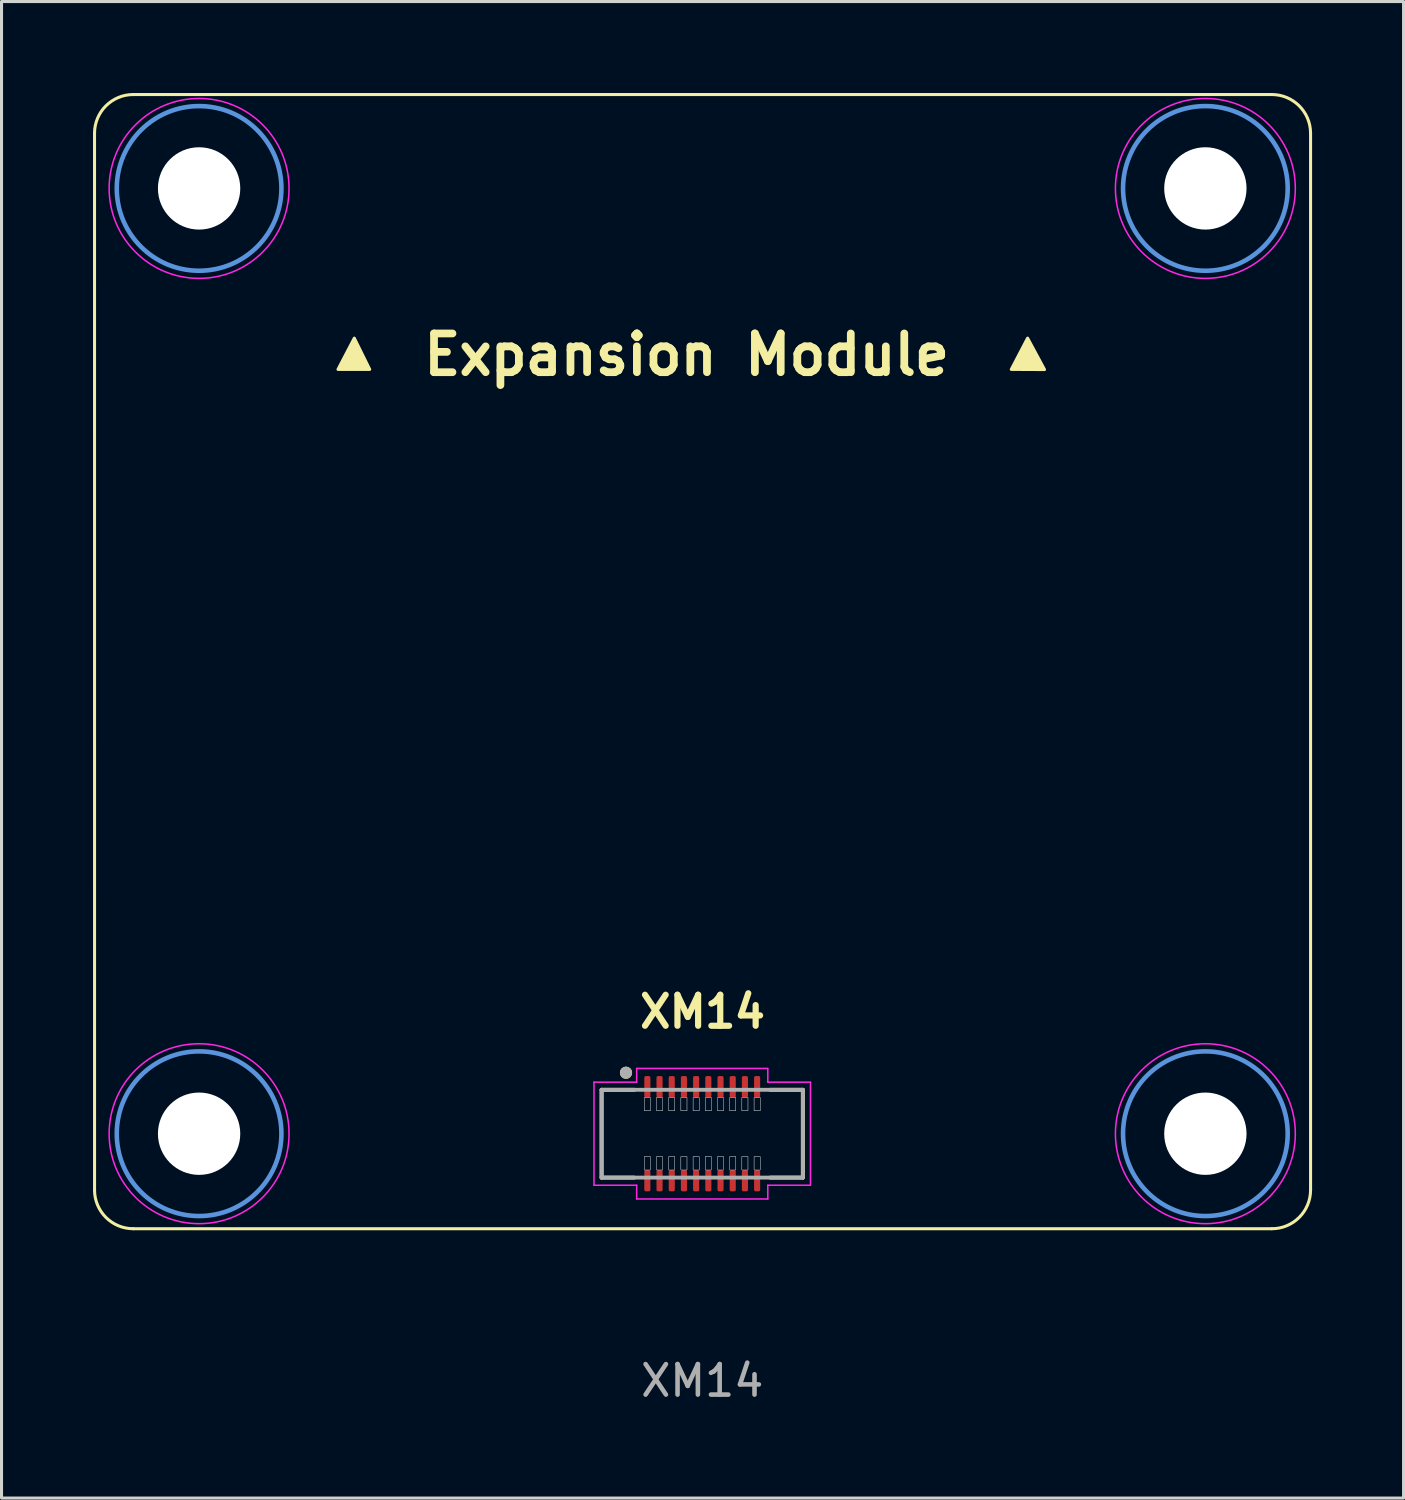
<source format=kicad_pcb>
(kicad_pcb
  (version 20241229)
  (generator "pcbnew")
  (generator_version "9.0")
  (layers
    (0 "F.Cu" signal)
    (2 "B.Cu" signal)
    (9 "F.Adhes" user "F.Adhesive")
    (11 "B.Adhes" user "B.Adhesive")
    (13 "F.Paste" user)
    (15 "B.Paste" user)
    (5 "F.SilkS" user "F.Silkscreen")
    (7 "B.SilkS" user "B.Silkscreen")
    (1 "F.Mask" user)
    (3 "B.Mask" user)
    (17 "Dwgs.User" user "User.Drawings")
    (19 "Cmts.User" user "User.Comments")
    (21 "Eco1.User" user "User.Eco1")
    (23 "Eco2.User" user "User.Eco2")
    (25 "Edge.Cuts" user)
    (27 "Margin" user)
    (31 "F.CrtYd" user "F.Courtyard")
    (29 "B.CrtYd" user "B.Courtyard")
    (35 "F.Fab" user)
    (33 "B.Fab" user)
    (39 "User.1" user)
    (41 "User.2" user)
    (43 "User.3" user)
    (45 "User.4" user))
  (footprint "XM14"
    (layer "F.Cu")
    (at 19.979 34.129)
    (property "Reference" "XM14" (at 0.01 -4 0) (unlocked yes) (layer "F.SilkS") (effects (font (size 1.016 1.016) (thickness 0.203) (bold yes))))
    (attr smd)
    (fp_line (start -19.928 1.846) (end -19.929 -32.809) (stroke (width 0.1) (type default)) (layer "F.SilkS"))
    (fp_line (start -18.659 -34.079) (end 18.68 -34.079) (stroke (width 0.1) (type default)) (layer "F.SilkS"))
    (fp_line (start -3.3 -1.44) (end -3.3 1.44) (stroke (width 0.127) (type solid)) (layer "F.SilkS"))
    (fp_line (start -3.3 1.44) (end -2.23 1.44) (stroke (width 0.127) (type solid)) (layer "F.SilkS"))
    (fp_line (start -2.23 -1.44) (end -3.3 -1.44) (stroke (width 0.127) (type solid)) (layer "F.SilkS"))
    (fp_line (start 2.23 -1.44) (end 3.3 -1.44) (stroke (width 0.127) (type solid)) (layer "F.SilkS"))
    (fp_line (start 3.3 -1.44) (end 3.3 1.44) (stroke (width 0.127) (type solid)) (layer "F.SilkS"))
    (fp_line (start 3.3 1.44) (end 2.23 1.44) (stroke (width 0.127) (type solid)) (layer "F.SilkS"))
    (fp_line (start 18.68 3.116) (end -18.658 3.116) (stroke (width 0.1) (type default)) (layer "F.SilkS"))
    (fp_line (start 19.95 -32.809) (end 19.95 1.846) (stroke (width 0.1) (type default)) (layer "F.SilkS"))
    (fp_arc (start -19.928971 -32.808532) (mid -19.556997 -33.706558) (end -18.658971 -34.078532) (stroke (width 0.1) (type default)) (layer "F.SilkS"))
    (fp_arc (start -18.658472 3.115818) (mid -19.556498 2.743844) (end -19.928472 1.845818) (stroke (width 0.1) (type default)) (layer "F.SilkS"))
    (fp_arc (start 18.679528 -34.078515) (mid 19.577561 -33.706547) (end 19.949528 -32.808515) (stroke (width 0.1) (type default)) (layer "F.SilkS"))
    (fp_arc (start 19.949528 1.845818) (mid 19.577546 2.743824) (end 18.679528 3.115818) (stroke (width 0.1) (type default)) (layer "F.SilkS"))
    (fp_circle (center -2.5 -2) (end -2.4 -2) (stroke (width 0.2) (type solid)) (fill no) (layer "F.SilkS"))
    (fp_poly (pts (xy -11.945 -25.065) (xy -11.41 -26.09) (xy -10.905 -25.065)) (stroke (width 0.1) (type solid)) (fill yes) (layer "F.SilkS"))
    (fp_poly (pts (xy 10.135 -25.065) (xy 10.67 -26.09) (xy 11.225 -25.06)) (stroke (width 0.1) (type solid)) (fill yes) (layer "F.SilkS"))
    (fp_poly (pts (xy -1.9 -1.19) (xy -1.7 -1.19) (xy -1.7 -0.75) (xy -1.9 -0.75)) (stroke (width 0.01) (type solid)) (fill no) (layer "Dwgs.User"))
    (fp_poly (pts (xy -1.9 -1.19) (xy -1.7 -1.19) (xy -1.7 -0.75) (xy -1.9 -0.75)) (stroke (width 0.01) (type solid)) (fill no) (layer "Dwgs.User"))
    (fp_poly (pts (xy -1.9 0.75) (xy -1.7 0.75) (xy -1.7 1.19) (xy -1.9 1.19)) (stroke (width 0.01) (type solid)) (fill no) (layer "Dwgs.User"))
    (fp_poly (pts (xy -1.9 0.75) (xy -1.7 0.75) (xy -1.7 1.19) (xy -1.9 1.19)) (stroke (width 0.01) (type solid)) (fill no) (layer "Dwgs.User"))
    (fp_poly (pts (xy -1.5 -1.19) (xy -1.3 -1.19) (xy -1.3 -0.75) (xy -1.5 -0.75)) (stroke (width 0.01) (type solid)) (fill no) (layer "Dwgs.User"))
    (fp_poly (pts (xy -1.5 -1.19) (xy -1.3 -1.19) (xy -1.3 -0.75) (xy -1.5 -0.75)) (stroke (width 0.01) (type solid)) (fill no) (layer "Dwgs.User"))
    (fp_poly (pts (xy -1.5 0.75) (xy -1.3 0.75) (xy -1.3 1.19) (xy -1.5 1.19)) (stroke (width 0.01) (type solid)) (fill no) (layer "Dwgs.User"))
    (fp_poly (pts (xy -1.5 0.75) (xy -1.3 0.75) (xy -1.3 1.19) (xy -1.5 1.19)) (stroke (width 0.01) (type solid)) (fill no) (layer "Dwgs.User"))
    (fp_poly (pts (xy -1.1 -1.19) (xy -0.9 -1.19) (xy -0.9 -0.75) (xy -1.1 -0.75)) (stroke (width 0.01) (type solid)) (fill no) (layer "Dwgs.User"))
    (fp_poly (pts (xy -1.1 -1.19) (xy -0.9 -1.19) (xy -0.9 -0.75) (xy -1.1 -0.75)) (stroke (width 0.01) (type solid)) (fill no) (layer "Dwgs.User"))
    (fp_poly (pts (xy -1.1 0.75) (xy -0.9 0.75) (xy -0.9 1.19) (xy -1.1 1.19)) (stroke (width 0.01) (type solid)) (fill no) (layer "Dwgs.User"))
    (fp_poly (pts (xy -1.1 0.75) (xy -0.9 0.75) (xy -0.9 1.19) (xy -1.1 1.19)) (stroke (width 0.01) (type solid)) (fill no) (layer "Dwgs.User"))
    (fp_poly (pts (xy -0.7 -1.19) (xy -0.5 -1.19) (xy -0.5 -0.75) (xy -0.7 -0.75)) (stroke (width 0.01) (type solid)) (fill no) (layer "Dwgs.User"))
    (fp_poly (pts (xy -0.7 -1.19) (xy -0.5 -1.19) (xy -0.5 -0.75) (xy -0.7 -0.75)) (stroke (width 0.01) (type solid)) (fill no) (layer "Dwgs.User"))
    (fp_poly (pts (xy -0.7 0.75) (xy -0.5 0.75) (xy -0.5 1.19) (xy -0.7 1.19)) (stroke (width 0.01) (type solid)) (fill no) (layer "Dwgs.User"))
    (fp_poly (pts (xy -0.7 0.75) (xy -0.5 0.75) (xy -0.5 1.19) (xy -0.7 1.19)) (stroke (width 0.01) (type solid)) (fill no) (layer "Dwgs.User"))
    (fp_poly (pts (xy -0.3 -1.19) (xy -0.1 -1.19) (xy -0.1 -0.75) (xy -0.3 -0.75)) (stroke (width 0.01) (type solid)) (fill no) (layer "Dwgs.User"))
    (fp_poly (pts (xy -0.3 -1.19) (xy -0.1 -1.19) (xy -0.1 -0.75) (xy -0.3 -0.75)) (stroke (width 0.01) (type solid)) (fill no) (layer "Dwgs.User"))
    (fp_poly (pts (xy -0.3 0.75) (xy -0.1 0.75) (xy -0.1 1.19) (xy -0.3 1.19)) (stroke (width 0.01) (type solid)) (fill no) (layer "Dwgs.User"))
    (fp_poly (pts (xy -0.3 0.75) (xy -0.1 0.75) (xy -0.1 1.19) (xy -0.3 1.19)) (stroke (width 0.01) (type solid)) (fill no) (layer "Dwgs.User"))
    (fp_poly (pts (xy 0.1 -1.19) (xy 0.3 -1.19) (xy 0.3 -0.75) (xy 0.1 -0.75)) (stroke (width 0.01) (type solid)) (fill no) (layer "Dwgs.User"))
    (fp_poly (pts (xy 0.1 -1.19) (xy 0.3 -1.19) (xy 0.3 -0.75) (xy 0.1 -0.75)) (stroke (width 0.01) (type solid)) (fill no) (layer "Dwgs.User"))
    (fp_poly (pts (xy 0.1 0.75) (xy 0.3 0.75) (xy 0.3 1.19) (xy 0.1 1.19)) (stroke (width 0.01) (type solid)) (fill no) (layer "Dwgs.User"))
    (fp_poly (pts (xy 0.1 0.75) (xy 0.3 0.75) (xy 0.3 1.19) (xy 0.1 1.19)) (stroke (width 0.01) (type solid)) (fill no) (layer "Dwgs.User"))
    (fp_poly (pts (xy 0.5 -1.19) (xy 0.7 -1.19) (xy 0.7 -0.75) (xy 0.5 -0.75)) (stroke (width 0.01) (type solid)) (fill no) (layer "Dwgs.User"))
    (fp_poly (pts (xy 0.5 -1.19) (xy 0.7 -1.19) (xy 0.7 -0.75) (xy 0.5 -0.75)) (stroke (width 0.01) (type solid)) (fill no) (layer "Dwgs.User"))
    (fp_poly (pts (xy 0.5 0.75) (xy 0.7 0.75) (xy 0.7 1.19) (xy 0.5 1.19)) (stroke (width 0.01) (type solid)) (fill no) (layer "Dwgs.User"))
    (fp_poly (pts (xy 0.5 0.75) (xy 0.7 0.75) (xy 0.7 1.19) (xy 0.5 1.19)) (stroke (width 0.01) (type solid)) (fill no) (layer "Dwgs.User"))
    (fp_poly (pts (xy 0.9 -1.19) (xy 1.1 -1.19) (xy 1.1 -0.75) (xy 0.9 -0.75)) (stroke (width 0.01) (type solid)) (fill no) (layer "Dwgs.User"))
    (fp_poly (pts (xy 0.9 -1.19) (xy 1.1 -1.19) (xy 1.1 -0.75) (xy 0.9 -0.75)) (stroke (width 0.01) (type solid)) (fill no) (layer "Dwgs.User"))
    (fp_poly (pts (xy 0.9 0.75) (xy 1.1 0.75) (xy 1.1 1.19) (xy 0.9 1.19)) (stroke (width 0.01) (type solid)) (fill no) (layer "Dwgs.User"))
    (fp_poly (pts (xy 0.9 0.75) (xy 1.1 0.75) (xy 1.1 1.19) (xy 0.9 1.19)) (stroke (width 0.01) (type solid)) (fill no) (layer "Dwgs.User"))
    (fp_poly (pts (xy 1.3 -1.19) (xy 1.5 -1.19) (xy 1.5 -0.75) (xy 1.3 -0.75)) (stroke (width 0.01) (type solid)) (fill no) (layer "Dwgs.User"))
    (fp_poly (pts (xy 1.3 -1.19) (xy 1.5 -1.19) (xy 1.5 -0.75) (xy 1.3 -0.75)) (stroke (width 0.01) (type solid)) (fill no) (layer "Dwgs.User"))
    (fp_poly (pts (xy 1.3 0.75) (xy 1.5 0.75) (xy 1.5 1.19) (xy 1.3 1.19)) (stroke (width 0.01) (type solid)) (fill no) (layer "Dwgs.User"))
    (fp_poly (pts (xy 1.3 0.75) (xy 1.5 0.75) (xy 1.5 1.19) (xy 1.3 1.19)) (stroke (width 0.01) (type solid)) (fill no) (layer "Dwgs.User"))
    (fp_poly (pts (xy 1.7 -1.19) (xy 1.9 -1.19) (xy 1.9 -0.75) (xy 1.7 -0.75)) (stroke (width 0.01) (type solid)) (fill no) (layer "Dwgs.User"))
    (fp_poly (pts (xy 1.7 -1.19) (xy 1.9 -1.19) (xy 1.9 -0.75) (xy 1.7 -0.75)) (stroke (width 0.01) (type solid)) (fill no) (layer "Dwgs.User"))
    (fp_poly (pts (xy 1.7 0.75) (xy 1.9 0.75) (xy 1.9 1.19) (xy 1.7 1.19)) (stroke (width 0.01) (type solid)) (fill no) (layer "Dwgs.User"))
    (fp_poly (pts (xy 1.7 0.75) (xy 1.9 0.75) (xy 1.9 1.19) (xy 1.7 1.19)) (stroke (width 0.01) (type solid)) (fill no) (layer "Dwgs.User"))
    (fp_circle (center -16.5 -31) (end -13.8 -31) (stroke (width 0.15) (type solid)) (fill no) (layer "Cmts.User"))
    (fp_circle (center -16.5 0) (end -13.8 0) (stroke (width 0.15) (type solid)) (fill no) (layer "Cmts.User"))
    (fp_circle (center 16.5 -31) (end 19.2 -31) (stroke (width 0.15) (type solid)) (fill no) (layer "Cmts.User"))
    (fp_circle (center 16.5 0) (end 19.2 0) (stroke (width 0.15) (type solid)) (fill no) (layer "Cmts.User"))
    (fp_line (start -3.55 -1.69) (end -2.15 -1.69) (stroke (width 0.05) (type solid)) (layer "F.CrtYd"))
    (fp_line (start -3.55 1.69) (end -3.55 -1.69) (stroke (width 0.05) (type solid)) (layer "F.CrtYd"))
    (fp_line (start -2.15 -2.14) (end 2.15 -2.14) (stroke (width 0.05) (type solid)) (layer "F.CrtYd"))
    (fp_line (start -2.15 -1.69) (end -2.15 -2.14) (stroke (width 0.05) (type solid)) (layer "F.CrtYd"))
    (fp_line (start -2.15 1.69) (end -3.55 1.69) (stroke (width 0.05) (type solid)) (layer "F.CrtYd"))
    (fp_line (start -2.15 2.14) (end -2.15 1.69) (stroke (width 0.05) (type solid)) (layer "F.CrtYd"))
    (fp_line (start 2.15 -2.14) (end 2.15 -1.69) (stroke (width 0.05) (type solid)) (layer "F.CrtYd"))
    (fp_line (start 2.15 -1.69) (end 3.55 -1.69) (stroke (width 0.05) (type solid)) (layer "F.CrtYd"))
    (fp_line (start 2.15 1.69) (end 2.15 2.14) (stroke (width 0.05) (type solid)) (layer "F.CrtYd"))
    (fp_line (start 2.15 2.14) (end -2.15 2.14) (stroke (width 0.05) (type solid)) (layer "F.CrtYd"))
    (fp_line (start 3.55 -1.69) (end 3.55 1.69) (stroke (width 0.05) (type solid)) (layer "F.CrtYd"))
    (fp_line (start 3.55 1.69) (end 2.15 1.69) (stroke (width 0.05) (type solid)) (layer "F.CrtYd"))
    (fp_circle (center -16.5 -31) (end -13.55 -31) (stroke (width 0.05) (type solid)) (fill no) (layer "F.CrtYd"))
    (fp_circle (center -16.5 0) (end -13.55 0) (stroke (width 0.05) (type solid)) (fill no) (layer "F.CrtYd"))
    (fp_circle (center 16.5 -31) (end 19.45 -31) (stroke (width 0.05) (type solid)) (fill no) (layer "F.CrtYd"))
    (fp_circle (center 16.5 0) (end 19.45 0) (stroke (width 0.05) (type solid)) (fill no) (layer "F.CrtYd"))
    (fp_line (start -3.3 -1.44) (end 3.3 -1.44) (stroke (width 0.127) (type solid)) (layer "F.Fab"))
    (fp_line (start -3.3 1.44) (end -3.3 -1.44) (stroke (width 0.127) (type solid)) (layer "F.Fab"))
    (fp_line (start 3.3 -1.44) (end 3.3 1.44) (stroke (width 0.127) (type solid)) (layer "F.Fab"))
    (fp_line (start 3.3 1.44) (end -3.3 1.44) (stroke (width 0.127) (type solid)) (layer "F.Fab"))
    (fp_circle (center -2.5 -2) (end -2.4 -2) (stroke (width 0.2) (type solid)) (fill no) (layer "F.Fab"))
    (fp_text user "Expansion Module" (at -9.265 -24.805 0) (unlocked yes) (layer "F.SilkS") (effects (font (size 1.27 1.27) (thickness 0.254) (bold yes)) (justify left bottom)))
    (fp_text user "${REFERENCE}" (at 0 8.1 0) (unlocked yes) (layer "F.Fab") (effects (font (size 1 1) (thickness 0.15))))
    (pad "" np_thru_hole circle (at -16.5 -31) (size 2.7 2.7) (drill 2.7) (layers "*.Cu" "*.Mask"))
    (pad "" np_thru_hole circle (at -16.5 0) (size 2.7 2.7) (drill 2.7) (layers "*.Cu" "*.Mask"))
    (pad "" np_thru_hole circle (at 16.5 -31) (size 2.7 2.7) (drill 2.7) (layers "*.Cu" "*.Mask"))
    (pad "" np_thru_hole circle (at 16.5 0) (size 2.7 2.7) (drill 2.7) (layers "*.Cu" "*.Mask"))
    (pad "1" smd roundrect (at -1.8 -1.54) (size 0.2 0.7) (layers "F.Cu" "F.Mask" "F.Paste") (roundrect_rratio 0.25))
    (pad "2" smd roundrect (at -1.8 1.54) (size 0.2 0.7) (layers "F.Cu" "F.Mask" "F.Paste") (roundrect_rratio 0.25))
    (pad "3" smd roundrect (at -1.4 -1.54) (size 0.2 0.7) (layers "F.Cu" "F.Mask" "F.Paste") (roundrect_rratio 0.25))
    (pad "4" smd roundrect (at -1.4 1.54) (size 0.2 0.7) (layers "F.Cu" "F.Mask" "F.Paste") (roundrect_rratio 0.25))
    (pad "5" smd roundrect (at -1 -1.54) (size 0.2 0.7) (layers "F.Cu" "F.Mask" "F.Paste") (roundrect_rratio 0.25))
    (pad "6" smd roundrect (at -1 1.54) (size 0.2 0.7) (layers "F.Cu" "F.Mask" "F.Paste") (roundrect_rratio 0.25))
    (pad "7" smd roundrect (at -0.6 -1.54) (size 0.2 0.7) (layers "F.Cu" "F.Mask" "F.Paste") (roundrect_rratio 0.25))
    (pad "8" smd roundrect (at -0.6 1.54) (size 0.2 0.7) (layers "F.Cu" "F.Mask" "F.Paste") (roundrect_rratio 0.25))
    (pad "9" smd roundrect (at -0.2 -1.54) (size 0.2 0.7) (layers "F.Cu" "F.Mask" "F.Paste") (roundrect_rratio 0.25))
    (pad "10" smd roundrect (at -0.2 1.54) (size 0.2 0.7) (layers "F.Cu" "F.Mask" "F.Paste") (roundrect_rratio 0.25))
    (pad "11" smd roundrect (at 0.2 -1.54) (size 0.2 0.7) (layers "F.Cu" "F.Mask" "F.Paste") (roundrect_rratio 0.25))
    (pad "12" smd roundrect (at 0.2 1.54) (size 0.2 0.7) (layers "F.Cu" "F.Mask" "F.Paste") (roundrect_rratio 0.25))
    (pad "13" smd roundrect (at 0.6 -1.54) (size 0.2 0.7) (layers "F.Cu" "F.Mask" "F.Paste") (roundrect_rratio 0.25))
    (pad "14" smd roundrect (at 0.6 1.54) (size 0.2 0.7) (layers "F.Cu" "F.Mask" "F.Paste") (roundrect_rratio 0.25))
    (pad "15" smd roundrect (at 1 -1.54) (size 0.2 0.7) (layers "F.Cu" "F.Mask" "F.Paste") (roundrect_rratio 0.25))
    (pad "16" smd roundrect (at 1 1.54) (size 0.2 0.7) (layers "F.Cu" "F.Mask" "F.Paste") (roundrect_rratio 0.25))
    (pad "17" smd roundrect (at 1.4 -1.54) (size 0.2 0.7) (layers "F.Cu" "F.Mask" "F.Paste") (roundrect_rratio 0.25))
    (pad "18" smd roundrect (at 1.4 1.54) (size 0.2 0.7) (layers "F.Cu" "F.Mask" "F.Paste") (roundrect_rratio 0.25))
    (pad "19" smd roundrect (at 1.8 -1.54) (size 0.2 0.7) (layers "F.Cu" "F.Mask" "F.Paste") (roundrect_rratio 0.25))
    (pad "20" smd roundrect (at 1.8 1.54) (size 0.2 0.7) (layers "F.Cu" "F.Mask" "F.Paste") (roundrect_rratio 0.25))
    (zone (net_name "") (layer "F.Cu") (hatch full 0.508) (connect_pads) (min_thickness 0.01) (filled_areas_thickness no) (keepout (tracks not_allowed) (vias not_allowed) (pads not_allowed) (copperpour not_allowed) (footprints allowed)) (placement (enabled no)) (fill) (polygon (pts (xy 18.289 33.389) (xy 18.069 33.389) (xy 18.069 33.039) (xy 18.289 33.039))))
    (zone (net_name "") (layer "F.Cu") (hatch full 0.508) (connect_pads) (min_thickness 0.01) (filled_areas_thickness no) (keepout (tracks not_allowed) (vias not_allowed) (pads not_allowed) (copperpour not_allowed) (footprints allowed)) (placement (enabled no)) (fill) (polygon (pts (xy 18.289 35.219) (xy 18.069 35.219) (xy 18.069 34.869) (xy 18.289 34.869))))
    (zone (net_name "") (layer "F.Cu") (hatch full 0.508) (connect_pads) (min_thickness 0.01) (filled_areas_thickness no) (keepout (tracks not_allowed) (vias not_allowed) (pads not_allowed) (copperpour not_allowed) (footprints allowed)) (placement (enabled no)) (fill) (polygon (pts (xy 18.689 33.389) (xy 18.469 33.389) (xy 18.469 33.039) (xy 18.689 33.039))))
    (zone (net_name "") (layer "F.Cu") (hatch full 0.508) (connect_pads) (min_thickness 0.01) (filled_areas_thickness no) (keepout (tracks not_allowed) (vias not_allowed) (pads not_allowed) (copperpour not_allowed) (footprints allowed)) (placement (enabled no)) (fill) (polygon (pts (xy 18.689 35.219) (xy 18.469 35.219) (xy 18.469 34.869) (xy 18.689 34.869))))
    (zone (net_name "") (layer "F.Cu") (hatch full 0.508) (connect_pads) (min_thickness 0.01) (filled_areas_thickness no) (keepout (tracks not_allowed) (vias not_allowed) (pads not_allowed) (copperpour not_allowed) (footprints allowed)) (placement (enabled no)) (fill) (polygon (pts (xy 19.089 33.389) (xy 18.869 33.389) (xy 18.869 33.039) (xy 19.089 33.039))))
    (zone (net_name "") (layer "F.Cu") (hatch full 0.508) (connect_pads) (min_thickness 0.01) (filled_areas_thickness no) (keepout (tracks not_allowed) (vias not_allowed) (pads not_allowed) (copperpour not_allowed) (footprints allowed)) (placement (enabled no)) (fill) (polygon (pts (xy 19.089 35.219) (xy 18.869 35.219) (xy 18.869 34.869) (xy 19.089 34.869))))
    (zone (net_name "") (layer "F.Cu") (hatch full 0.508) (connect_pads) (min_thickness 0.01) (filled_areas_thickness no) (keepout (tracks not_allowed) (vias not_allowed) (pads not_allowed) (copperpour not_allowed) (footprints allowed)) (placement (enabled no)) (fill) (polygon (pts (xy 19.489 33.389) (xy 19.269 33.389) (xy 19.269 33.039) (xy 19.489 33.039))))
    (zone (net_name "") (layer "F.Cu") (hatch full 0.508) (connect_pads) (min_thickness 0.01) (filled_areas_thickness no) (keepout (tracks not_allowed) (vias not_allowed) (pads not_allowed) (copperpour not_allowed) (footprints allowed)) (placement (enabled no)) (fill) (polygon (pts (xy 19.489 35.219) (xy 19.269 35.219) (xy 19.269 34.869) (xy 19.489 34.869))))
    (zone (net_name "") (layer "F.Cu") (hatch full 0.508) (connect_pads) (min_thickness 0.01) (filled_areas_thickness no) (keepout (tracks not_allowed) (vias not_allowed) (pads not_allowed) (copperpour not_allowed) (footprints allowed)) (placement (enabled no)) (fill) (polygon (pts (xy 19.889 33.389) (xy 19.669 33.389) (xy 19.669 33.039) (xy 19.889 33.039))))
    (zone (net_name "") (layer "F.Cu") (hatch full 0.508) (connect_pads) (min_thickness 0.01) (filled_areas_thickness no) (keepout (tracks not_allowed) (vias not_allowed) (pads not_allowed) (copperpour not_allowed) (footprints allowed)) (placement (enabled no)) (fill) (polygon (pts (xy 19.889 35.219) (xy 19.669 35.219) (xy 19.669 34.869) (xy 19.889 34.869))))
    (zone (net_name "") (layer "F.Cu") (hatch full 0.508) (connect_pads) (min_thickness 0.01) (filled_areas_thickness no) (keepout (tracks not_allowed) (vias not_allowed) (pads not_allowed) (copperpour not_allowed) (footprints allowed)) (placement (enabled no)) (fill) (polygon (pts (xy 20.289 33.389) (xy 20.069 33.389) (xy 20.069 33.039) (xy 20.289 33.039))))
    (zone (net_name "") (layer "F.Cu") (hatch full 0.508) (connect_pads) (min_thickness 0.01) (filled_areas_thickness no) (keepout (tracks not_allowed) (vias not_allowed) (pads not_allowed) (copperpour not_allowed) (footprints allowed)) (placement (enabled no)) (fill) (polygon (pts (xy 20.289 35.219) (xy 20.069 35.219) (xy 20.069 34.869) (xy 20.289 34.869))))
    (zone (net_name "") (layer "F.Cu") (hatch full 0.508) (connect_pads) (min_thickness 0.01) (filled_areas_thickness no) (keepout (tracks not_allowed) (vias not_allowed) (pads not_allowed) (copperpour not_allowed) (footprints allowed)) (placement (enabled no)) (fill) (polygon (pts (xy 20.689 33.389) (xy 20.469 33.389) (xy 20.469 33.039) (xy 20.689 33.039))))
    (zone (net_name "") (layer "F.Cu") (hatch full 0.508) (connect_pads) (min_thickness 0.01) (filled_areas_thickness no) (keepout (tracks not_allowed) (vias not_allowed) (pads not_allowed) (copperpour not_allowed) (footprints allowed)) (placement (enabled no)) (fill) (polygon (pts (xy 20.689 35.219) (xy 20.469 35.219) (xy 20.469 34.869) (xy 20.689 34.869))))
    (zone (net_name "") (layer "F.Cu") (hatch full 0.508) (connect_pads) (min_thickness 0.01) (filled_areas_thickness no) (keepout (tracks not_allowed) (vias not_allowed) (pads not_allowed) (copperpour not_allowed) (footprints allowed)) (placement (enabled no)) (fill) (polygon (pts (xy 21.089 33.389) (xy 20.869 33.389) (xy 20.869 33.039) (xy 21.089 33.039))))
    (zone (net_name "") (layer "F.Cu") (hatch full 0.508) (connect_pads) (min_thickness 0.01) (filled_areas_thickness no) (keepout (tracks not_allowed) (vias not_allowed) (pads not_allowed) (copperpour not_allowed) (footprints allowed)) (placement (enabled no)) (fill) (polygon (pts (xy 21.089 35.219) (xy 20.869 35.219) (xy 20.869 34.869) (xy 21.089 34.869))))
    (zone (net_name "") (layer "F.Cu") (hatch full 0.508) (connect_pads) (min_thickness 0.01) (filled_areas_thickness no) (keepout (tracks not_allowed) (vias not_allowed) (pads not_allowed) (copperpour not_allowed) (footprints allowed)) (placement (enabled no)) (fill) (polygon (pts (xy 21.489 33.389) (xy 21.269 33.389) (xy 21.269 33.039) (xy 21.489 33.039))))
    (zone (net_name "") (layer "F.Cu") (hatch full 0.508) (connect_pads) (min_thickness 0.01) (filled_areas_thickness no) (keepout (tracks not_allowed) (vias not_allowed) (pads not_allowed) (copperpour not_allowed) (footprints allowed)) (placement (enabled no)) (fill) (polygon (pts (xy 21.489 35.219) (xy 21.269 35.219) (xy 21.269 34.869) (xy 21.489 34.869))))
    (zone (net_name "") (layer "F.Cu") (hatch full 0.508) (connect_pads) (min_thickness 0.01) (filled_areas_thickness no) (keepout (tracks not_allowed) (vias not_allowed) (pads not_allowed) (copperpour not_allowed) (footprints allowed)) (placement (enabled no)) (fill) (polygon (pts (xy 21.889 33.389) (xy 21.669 33.389) (xy 21.669 33.039) (xy 21.889 33.039))))
    (zone (net_name "") (layer "F.Cu") (hatch full 0.508) (connect_pads) (min_thickness 0.01) (filled_areas_thickness no) (keepout (tracks not_allowed) (vias not_allowed) (pads not_allowed) (copperpour not_allowed) (footprints allowed)) (placement (enabled no)) (fill) (polygon (pts (xy 21.889 35.219) (xy 21.669 35.219) (xy 21.669 34.869) (xy 21.889 34.869)))))
  (gr_rect
    (start -3 -3)
    (end 42.978 46.077)
    (stroke (width 0.1) (type default))
    (fill no)
    (layer "Edge.Cuts")))
</source>
